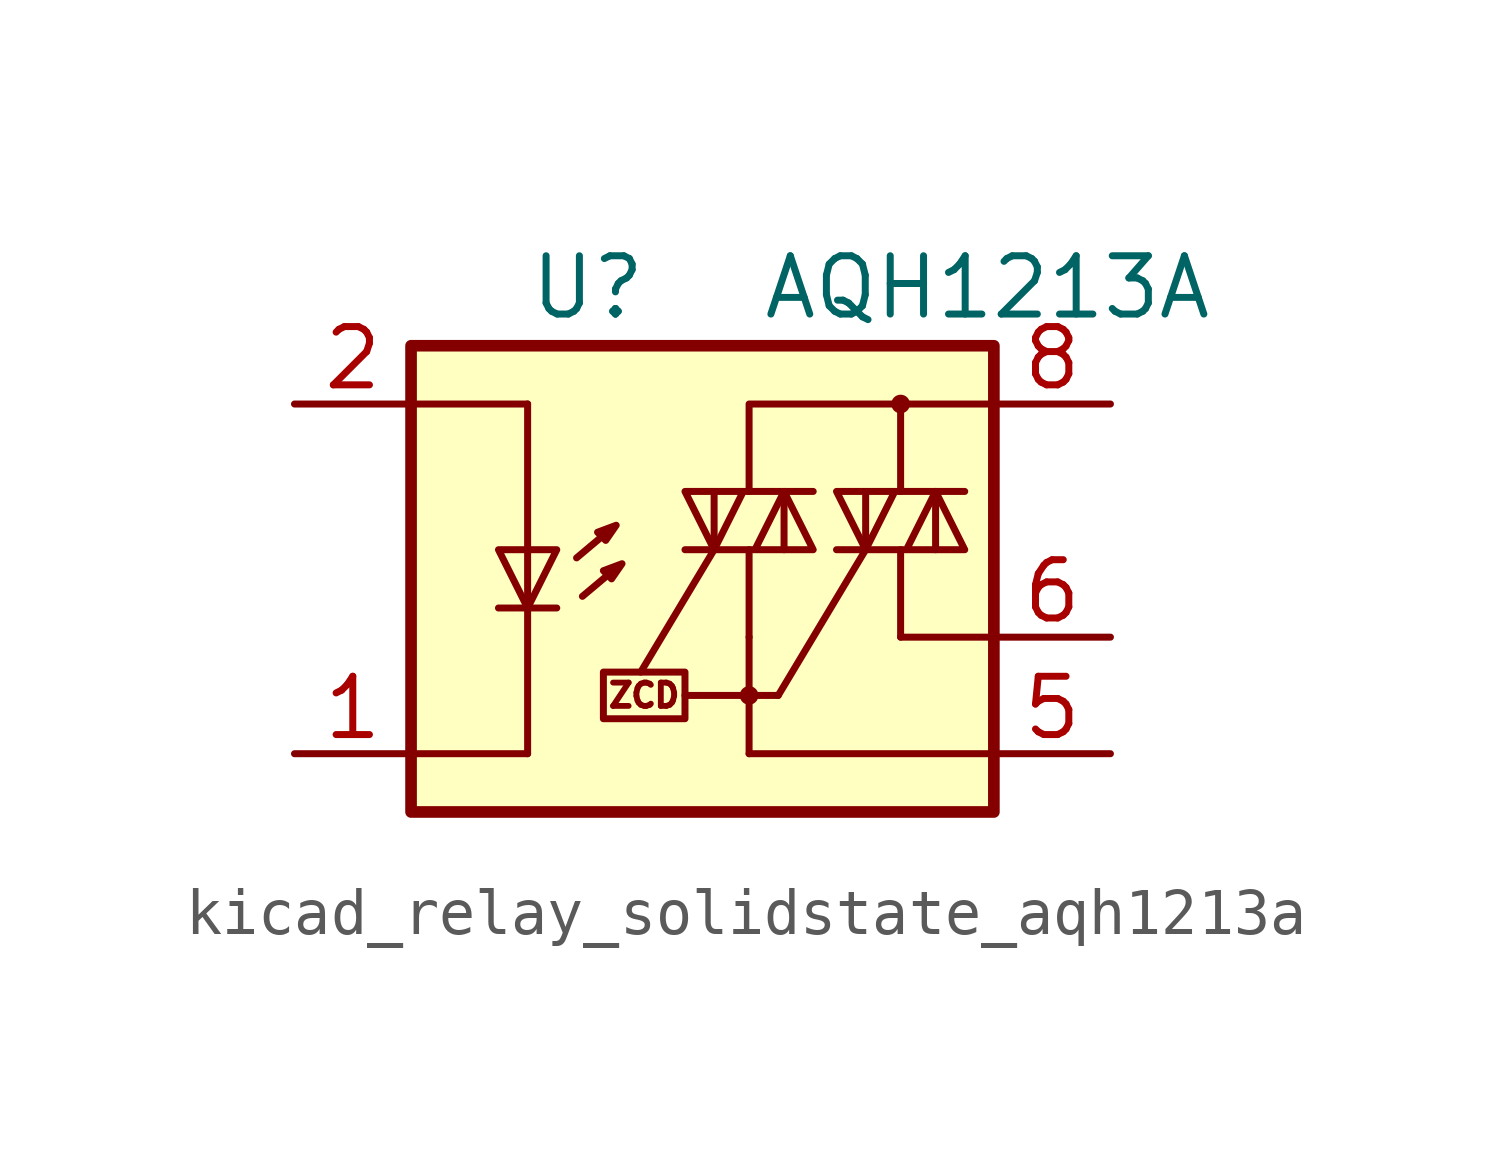
<source format=kicad_sym>
(kicad_symbol_lib
  (version 20220914)
  (generator kicad_symbol_editor)
  (symbol "kicad_relay_solidstate_aqh1213a"
    (property "Reference" "U"
      (at -5.08 5.08 0)
      (effects (font (size 1.27 1.27)) (justify left)))
    (property "Value" "AQH1213A"
      (at 0 5.08 0)
      (effects (font (size 1.27 1.27)) (justify left)))
    (symbol "kicad_relay_solidstate_aqh1213a_0_1"
      (polyline (pts (xy 3.048 -2.54) (xy 5.08 -2.54)) (stroke (width 0) (type default)) (fill (type none)))
      (polyline (pts (xy 3.048 -0.635) (xy 3.048 -2.54)) (stroke (width 0) (type default)) (fill (type none))))
    (symbol "kicad_relay_solidstate_aqh1213a_1_1"
      (rectangle (start -7.62 3.81) (end 5.08 -6.35) (stroke (width 0.254) (type default)) (fill (type background)))
      (rectangle (start -3.429 -3.302) (end -1.651 -4.318) (stroke (width 0) (type default)) (fill (type none)))
      (circle (center -0.254 -3.81) (radius 0.127) (stroke (width 0) (type default)) (fill (type none)))
      (polyline (pts (xy -5.715 -1.905) (xy -4.445 -1.905)) (stroke (width 0) (type default)) (fill (type none)))
      (polyline (pts (xy -5.08 -5.08) (xy -7.62 -5.08)) (stroke (width 0) (type default)) (fill (type none)))
      (polyline (pts (xy -5.08 -1.905) (xy -5.08 -5.08)) (stroke (width 0) (type default)) (fill (type none)))
      (polyline (pts (xy -5.08 -0.635) (xy -5.08 -1.905)) (stroke (width 0) (type default)) (fill (type none)))
      (polyline (pts (xy -5.08 -0.635) (xy -5.08 2.54)) (stroke (width 0) (type default)) (fill (type none)))
      (polyline (pts (xy -5.08 2.54) (xy -7.493 2.54)) (stroke (width 0) (type default)) (fill (type none)))
      (polyline (pts (xy -3.378 -0.279) (xy -4.013 -0.813)) (stroke (width 0) (type default)) (fill (type none)))
      (polyline (pts (xy -3.251 -1.118) (xy -3.886 -1.651)) (stroke (width 0) (type default)) (fill (type none)))
      (polyline (pts (xy -1.651 -3.81) (xy -0.254 -3.81)) (stroke (width 0) (type default)) (fill (type none)))
      (polyline (pts (xy -1.016 -0.635) (xy -2.616 -3.302)) (stroke (width 0) (type default)) (fill (type none)))
      (polyline (pts (xy -1.016 -0.635) (xy -1.016 0.635)) (stroke (width 0) (type default)) (fill (type none)))
      (polyline (pts (xy -0.254 -3.81) (xy 0.381 -3.81)) (stroke (width 0) (type default)) (fill (type none)))
      (polyline (pts (xy -0.254 -2.54) (xy -0.254 -5.08)) (stroke (width 0) (type default)) (fill (type none)))
      (polyline (pts (xy -0.254 -2.54) (xy -0.254 -0.635)) (stroke (width 0) (type default)) (fill (type none)))
      (polyline (pts (xy 0.381 -3.81) (xy 2.286 -0.635)) (stroke (width 0) (type default)) (fill (type none)))
      (polyline (pts (xy 0.508 0.635) (xy 0.508 -0.635)) (stroke (width 0) (type default)) (fill (type none)))
      (polyline (pts (xy 2.286 -0.635) (xy 2.286 0.635)) (stroke (width 0) (type default)) (fill (type none)))
      (polyline (pts (xy 3.048 2.54) (xy 3.048 0.635)) (stroke (width 0) (type default)) (fill (type none)))
      (polyline (pts (xy 3.81 0.635) (xy 3.81 -0.635)) (stroke (width 0) (type default)) (fill (type none)))
      (polyline (pts (xy 5.08 -5.08) (xy -0.254 -5.08)) (stroke (width 0) (type default)) (fill (type none)))
      (polyline (pts (xy 5.08 2.54) (xy 3.048 2.54)) (stroke (width 0) (type default)) (fill (type none)))
      (polyline (pts (xy 3.048 2.54) (xy -0.254 2.54) (xy -0.254 0.635)) (stroke (width 0) (type default)) (fill (type none)))
      (polyline (pts (xy -5.08 -1.905) (xy -5.715 -0.635) (xy -4.445 -0.635) (xy -5.08 -1.905)) (stroke (width 0) (type default)) (fill (type none)))
      (polyline (pts (xy -3.556 -0.254) (xy -3.378 -0.432) (xy -3.15 -0.102) (xy -3.556 -0.254)) (stroke (width 0) (type default)) (fill (type none)))
      (polyline (pts (xy -3.429 -1.092) (xy -3.251 -1.27) (xy -3.023 -0.94) (xy -3.429 -1.092)) (stroke (width 0) (type default)) (fill (type none)))
      (polyline (pts (xy -1.651 -0.635) (xy 1.143 -0.635) (xy 0.508 0.635) (xy -0.127 -0.635)) (stroke (width 0) (type default)) (fill (type none)))
      (polyline (pts (xy 1.143 0.635) (xy -1.651 0.635) (xy -1.016 -0.635) (xy -0.381 0.635)) (stroke (width 0) (type default)) (fill (type none)))
      (polyline (pts (xy 1.651 -0.635) (xy 4.445 -0.635) (xy 3.81 0.635) (xy 3.175 -0.635)) (stroke (width 0) (type default)) (fill (type none)))
      (polyline (pts (xy 4.445 0.635) (xy 1.651 0.635) (xy 2.286 -0.635) (xy 2.921 0.635)) (stroke (width 0) (type default)) (fill (type none)))
      (circle (center 3.048 2.54) (radius 0.127) (stroke (width 0) (type default)) (fill (type none)))
      (text "ZCD" (at -2.54 -3.81 0) (effects (font (size 0.508 0.508))))
      (pin passive line (at -10.16 -5.08 0) (length 2.54) (name "~" (effects (font (size 1.27 1.27)))) (number "1" (effects (font (size 1.27 1.27)))))
      (pin passive line (at -10.16 2.54 0) (length 2.54) (name "~" (effects (font (size 1.27 1.27)))) (number "2" (effects (font (size 1.27 1.27)))))
      (pin passive line (at -10.16 -5.08 0) (length 2.54) hide (name "~" (effects (font (size 1.27 1.27)))) (number "3" (effects (font (size 1.27 1.27)))))
      (pin passive line (at -10.16 -5.08 0) (length 2.54) hide (name "~" (effects (font (size 1.27 1.27)))) (number "4" (effects (font (size 1.27 1.27)))))
      (pin passive line (at 7.62 -5.08 180) (length 2.54) (name "~" (effects (font (size 1.27 1.27)))) (number "5" (effects (font (size 1.27 1.27)))))
      (pin passive line (at 7.62 -2.54 180) (length 2.54) (name "~" (effects (font (size 1.27 1.27)))) (number "6" (effects (font (size 1.27 1.27)))))
      (pin passive line (at 7.62 2.54 180) (length 2.54) (name "~" (effects (font (size 1.27 1.27)))) (number "8" (effects (font (size 1.27 1.27))))))))
</source>
